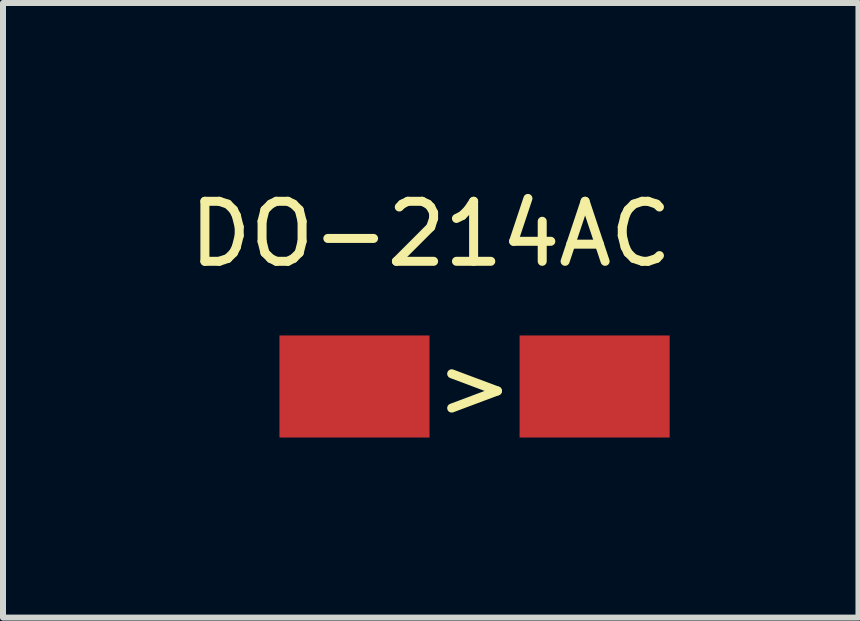
<source format=kicad_pcb>
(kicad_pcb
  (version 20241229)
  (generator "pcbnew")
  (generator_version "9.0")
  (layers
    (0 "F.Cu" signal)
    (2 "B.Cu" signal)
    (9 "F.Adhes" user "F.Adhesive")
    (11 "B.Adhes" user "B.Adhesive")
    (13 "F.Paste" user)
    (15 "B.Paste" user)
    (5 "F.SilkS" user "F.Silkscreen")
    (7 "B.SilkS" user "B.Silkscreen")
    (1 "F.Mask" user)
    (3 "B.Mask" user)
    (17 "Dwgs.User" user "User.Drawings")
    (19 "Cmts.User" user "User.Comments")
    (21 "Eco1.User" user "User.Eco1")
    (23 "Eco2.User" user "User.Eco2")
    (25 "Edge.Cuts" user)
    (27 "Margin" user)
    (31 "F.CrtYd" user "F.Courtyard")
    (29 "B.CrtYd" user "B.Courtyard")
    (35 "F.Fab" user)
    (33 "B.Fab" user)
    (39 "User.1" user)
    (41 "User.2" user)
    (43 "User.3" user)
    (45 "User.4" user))
  (footprint "DO-214AC"
    (layer "F.Cu")
    (at 2.855 3.388)
    (property "Reference" "DO-214AC" (at 1.27 -2.54 0) (layer "F.SilkS") (effects (font (size 1 1) (thickness 0.15))))
    (attr through_hole)
    (fp_text user ">" (at 2 0 0) (layer "F.SilkS") (effects (font (size 1 1) (thickness 0.15))))
    (pad "1" smd rect (at 4 0) (size 2.5 1.7) (layers "F.Cu" "F.Mask" "F.Paste"))
    (pad "2" smd rect (at 0 0) (size 2.5 1.7) (layers "F.Cu" "F.Mask" "F.Paste")))
  (gr_rect
    (start -3 -3)
    (end 11.25 7.238)
    (stroke (width 0.1) (type default))
    (fill no)
    (layer "Edge.Cuts")))
</source>
